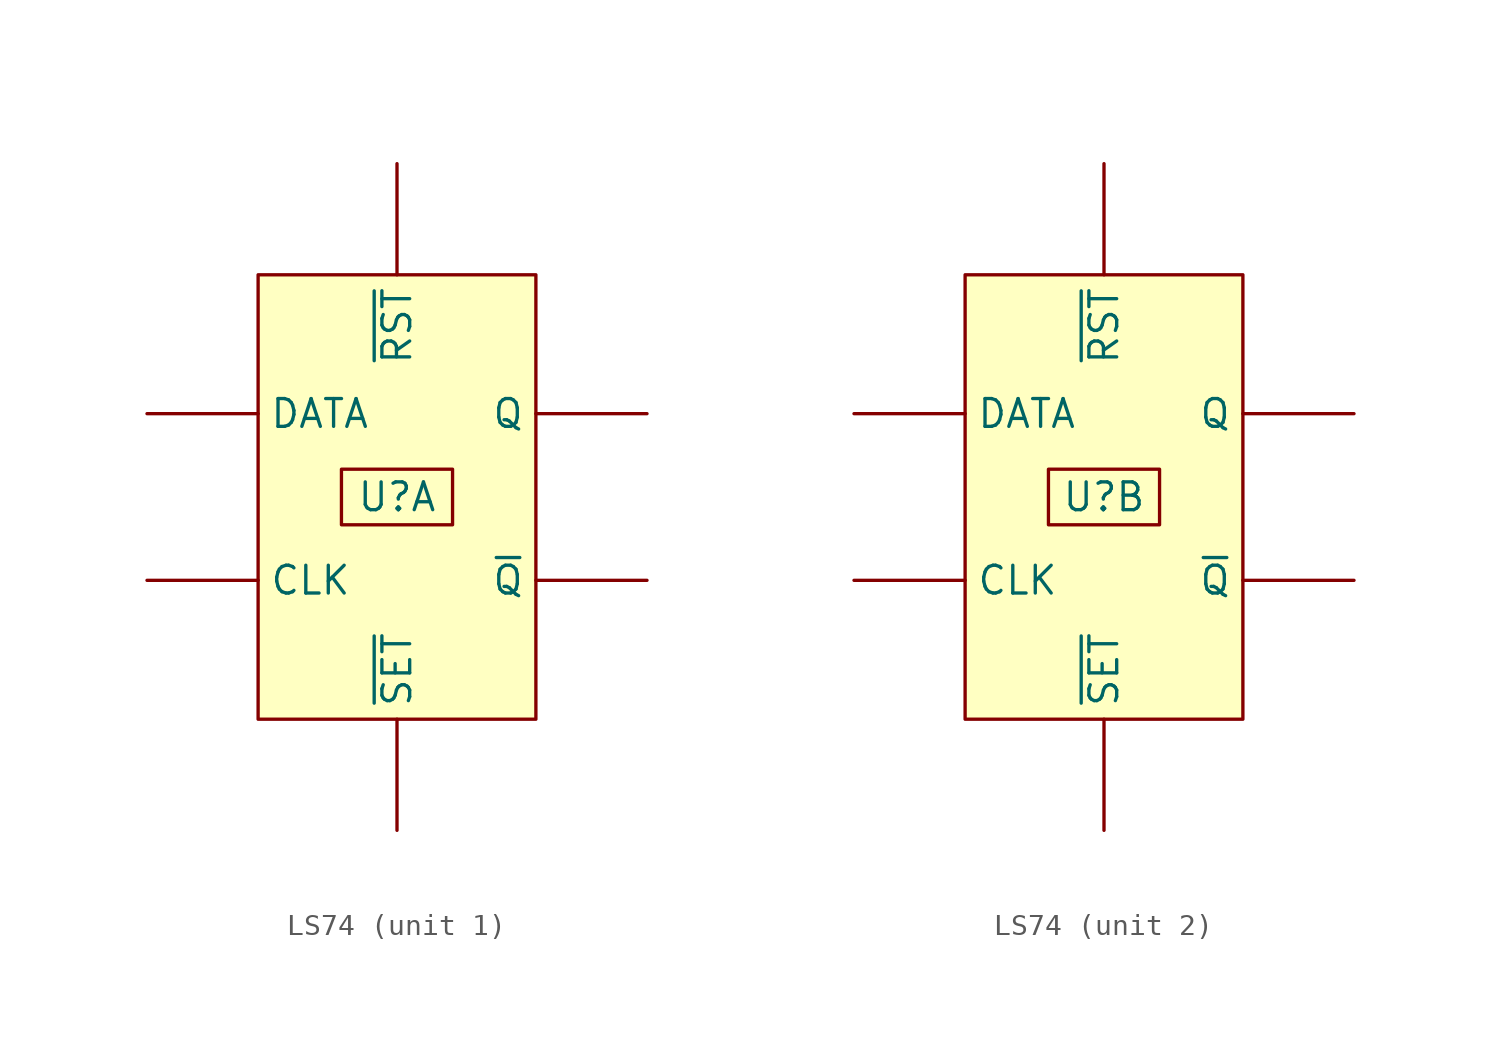
<source format=kicad_sym>
(kicad_symbol_lib
  (version 20211014)
  (generator kicad_symbol_editor)
  (symbol "LS74"
    (property "Reference" "U"
      (at 6.35 -10.16 0)
      (effects (font (size 1.27 1.27))))
    (symbol "LS74_0_1"
      (rectangle (start 0 0) (end 12.7 -20.32) (stroke (width 0) (type default) (color 0 0 0 0)) (fill (type background)))
      (rectangle (start 3.81 -8.89) (end 8.89 -11.43) (stroke (width 0) (type default) (color 0 0 0 0)) (fill (type none))))
    (symbol "LS74_1_1"
      (pin passive line (at -5.08 -13.97 0) (length 5.08) (name "CLK" (effects (font (size 1.27 1.27)))) (number "" (effects (font (size 1.27 1.27)))))
      (pin passive line (at -5.08 -6.35 0) (length 5.08) (name "DATA" (effects (font (size 1.27 1.27)))) (number "" (effects (font (size 1.27 1.27)))))
      (pin passive line (at 17.78 -6.35 180) (length 5.08) (name "Q" (effects (font (size 1.27 1.27)))) (number "" (effects (font (size 1.27 1.27)))))
      (pin passive line (at 17.78 -13.97 180) (length 5.08) (name "~{Q}" (effects (font (size 1.27 1.27)))) (number "" (effects (font (size 1.27 1.27)))))
      (pin passive line (at 6.35 5.08 270) (length 5.08) (name "~{RST}" (effects (font (size 1.27 1.27)))) (number "" (effects (font (size 1.27 1.27)))))
      (pin passive line (at 6.35 -25.4 90) (length 5.08) (name "~{SET}" (effects (font (size 1.27 1.27)))) (number "" (effects (font (size 1.27 1.27))))))
    (symbol "LS74_2_1"
      (pin passive line (at -5.08 -13.97 0) (length 5.08) (name "CLK" (effects (font (size 1.27 1.27)))) (number "" (effects (font (size 1.27 1.27)))))
      (pin passive line (at -5.08 -6.35 0) (length 5.08) (name "DATA" (effects (font (size 1.27 1.27)))) (number "" (effects (font (size 1.27 1.27)))))
      (pin passive line (at 17.78 -6.35 180) (length 5.08) (name "Q" (effects (font (size 1.27 1.27)))) (number "" (effects (font (size 1.27 1.27)))))
      (pin passive line (at 17.78 -13.97 180) (length 5.08) (name "~{Q}" (effects (font (size 1.27 1.27)))) (number "" (effects (font (size 1.27 1.27)))))
      (pin passive line (at 6.35 5.08 270) (length 5.08) (name "~{RST}" (effects (font (size 1.27 1.27)))) (number "" (effects (font (size 1.27 1.27)))))
      (pin passive line (at 6.35 -25.4 90) (length 5.08) (name "~{SET}" (effects (font (size 1.27 1.27)))) (number "" (effects (font (size 1.27 1.27))))))))
</source>
